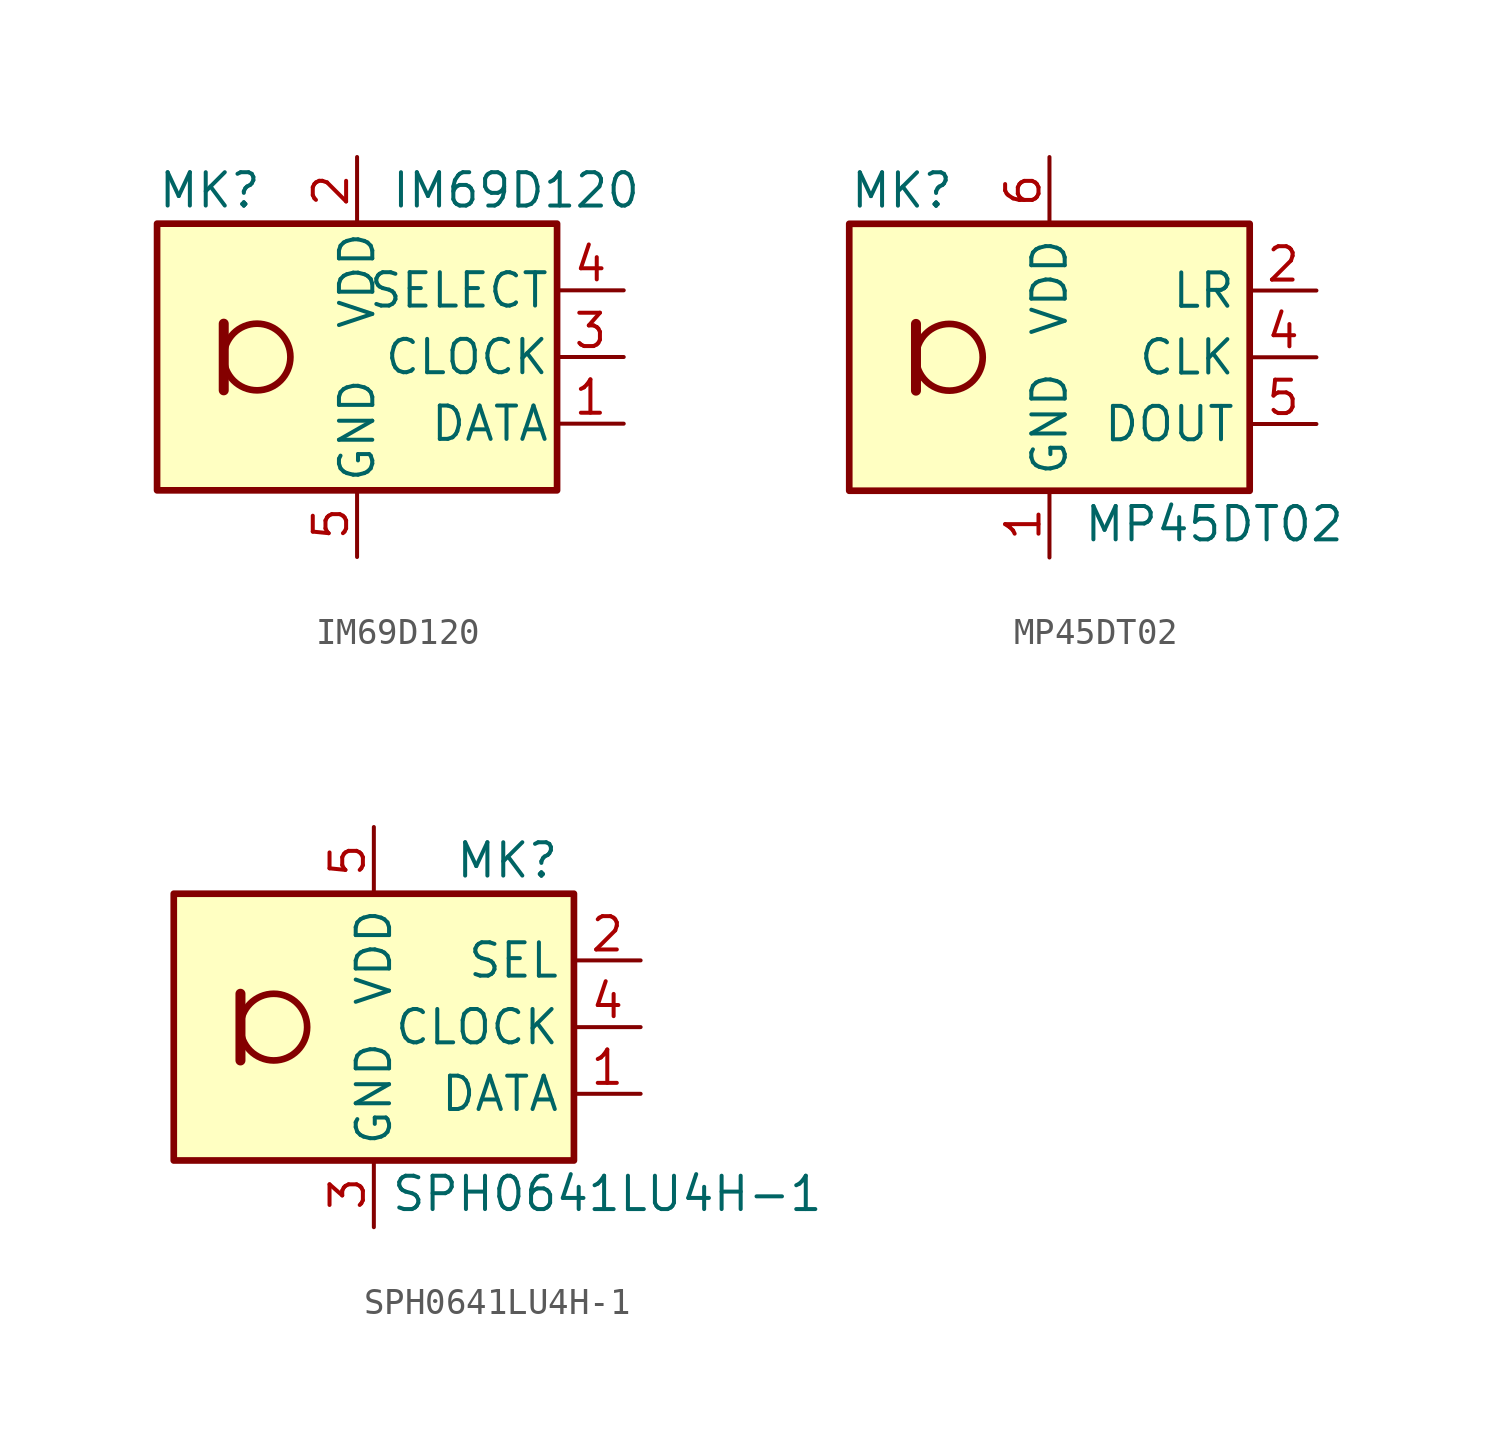
<source format=kicad_sym>
(kicad_symbol_lib
  (version 20201005)
  (generator kicad_symbol_editor)
  (symbol "Sensor_Audio:IM69D120"
    (pin_names
      (offset 0.254))
    (property "Reference" "MK"
      (at -7.62 6.35 0)
      (effects (font (size 1.27 1.27)) (justify left)))
    (property "Value" "IM69D120"
      (at 1.27 6.35 0)
      (effects (font (size 1.27 1.27)) (justify left)))
    (symbol "IM69D120_0_1"
      (circle (center -3.81 0) (radius 1.27) (stroke (width 0.254)) (fill (type none)))
      (rectangle (start -7.62 5.08) (end 7.62 -5.08) (stroke (width 0.254)) (fill (type background)))
      (polyline (pts (xy -5.08 1.27) (xy -5.08 -1.27)) (stroke (width 0.381)) (fill (type none))))
    (symbol "IM69D120_1_1"
      (pin output line (at 10.16 -2.54 180) (length 2.54) (name "DATA" (effects (font (size 1.27 1.27)))) (number "1" (effects (font (size 1.27 1.27)))))
      (pin power_in line (at 0 7.62 270) (length 2.54) (name "VDD" (effects (font (size 1.27 1.27)))) (number "2" (effects (font (size 1.27 1.27)))))
      (pin input line (at 10.16 0 180) (length 2.54) (name "CLOCK" (effects (font (size 1.27 1.27)))) (number "3" (effects (font (size 1.27 1.27)))))
      (pin input line (at 10.16 2.54 180) (length 2.54) (name "SELECT" (effects (font (size 1.27 1.27)))) (number "4" (effects (font (size 1.27 1.27)))))
      (pin power_in line (at 0 -7.62 90) (length 2.54) (name "GND" (effects (font (size 1.27 1.27)))) (number "5" (effects (font (size 1.27 1.27)))))))
  (symbol "Sensor_Audio:MP45DT02"
    (property "Reference" "MK"
      (at -7.62 6.35 0)
      (effects (font (size 1.27 1.27)) (justify left)))
    (property "Value" "MP45DT02"
      (at 1.27 -6.35 0)
      (effects (font (size 1.27 1.27)) (justify left)))
    (symbol "MP45DT02_0_1"
      (circle (center -3.81 0) (radius 1.27) (stroke (width 0.254)) (fill (type none)))
      (rectangle (start -7.62 5.08) (end 7.62 -5.08) (stroke (width 0.254)) (fill (type background)))
      (polyline (pts (xy -5.08 1.27) (xy -5.08 -1.27)) (stroke (width 0.381)) (fill (type none))))
    (symbol "MP45DT02_1_1"
      (pin power_in line (at 0 -7.62 90) (length 2.54) (name "GND" (effects (font (size 1.27 1.27)))) (number "1" (effects (font (size 1.27 1.27)))))
      (pin input line (at 10.16 2.54 180) (length 2.54) (name "LR" (effects (font (size 1.27 1.27)))) (number "2" (effects (font (size 1.27 1.27)))))
      (pin passive line (at 0 -7.62 90) (length 2.54) hide (name "GND" (effects (font (size 1.27 1.27)))) (number "3" (effects (font (size 1.27 1.27)))))
      (pin input line (at 10.16 0 180) (length 2.54) (name "CLK" (effects (font (size 1.27 1.27)))) (number "4" (effects (font (size 1.27 1.27)))))
      (pin output line (at 10.16 -2.54 180) (length 2.54) (name "DOUT" (effects (font (size 1.27 1.27)))) (number "5" (effects (font (size 1.27 1.27)))))
      (pin power_in line (at 0 7.62 270) (length 2.54) (name "VDD" (effects (font (size 1.27 1.27)))) (number "6" (effects (font (size 1.27 1.27)))))))
  (symbol "Sensor_Audio:SPH0641LU4H-1"
    (property "Reference" "MK"
      (at 5.08 6.35 0)
      (effects (font (size 1.27 1.27))))
    (property "Value" "SPH0641LU4H-1"
      (at 8.89 -6.35 0)
      (effects (font (size 1.27 1.27))))
    (symbol "SPH0641LU4H-1_1_1"
      (circle (center -3.81 0) (radius 1.27) (stroke (width 0.254)) (fill (type none)))
      (rectangle (start -7.62 5.08) (end 7.62 -5.08) (stroke (width 0.254)) (fill (type background)))
      (polyline (pts (xy -5.08 1.27) (xy -5.08 -1.27)) (stroke (width 0.381)) (fill (type none)))
      (pin output line (at 10.16 -2.54 180) (length 2.54) (name "DATA" (effects (font (size 1.27 1.27)))) (number "1" (effects (font (size 1.27 1.27)))))
      (pin input line (at 10.16 2.54 180) (length 2.54) (name "SEL" (effects (font (size 1.27 1.27)))) (number "2" (effects (font (size 1.27 1.27)))))
      (pin power_in line (at 0 -7.62 90) (length 2.54) (name "GND" (effects (font (size 1.27 1.27)))) (number "3" (effects (font (size 1.27 1.27)))))
      (pin input line (at 10.16 0 180) (length 2.54) (name "CLOCK" (effects (font (size 1.27 1.27)))) (number "4" (effects (font (size 1.27 1.27)))))
      (pin power_in line (at 0 7.62 270) (length 2.54) (name "VDD" (effects (font (size 1.27 1.27)))) (number "5" (effects (font (size 1.27 1.27))))))))
</source>
